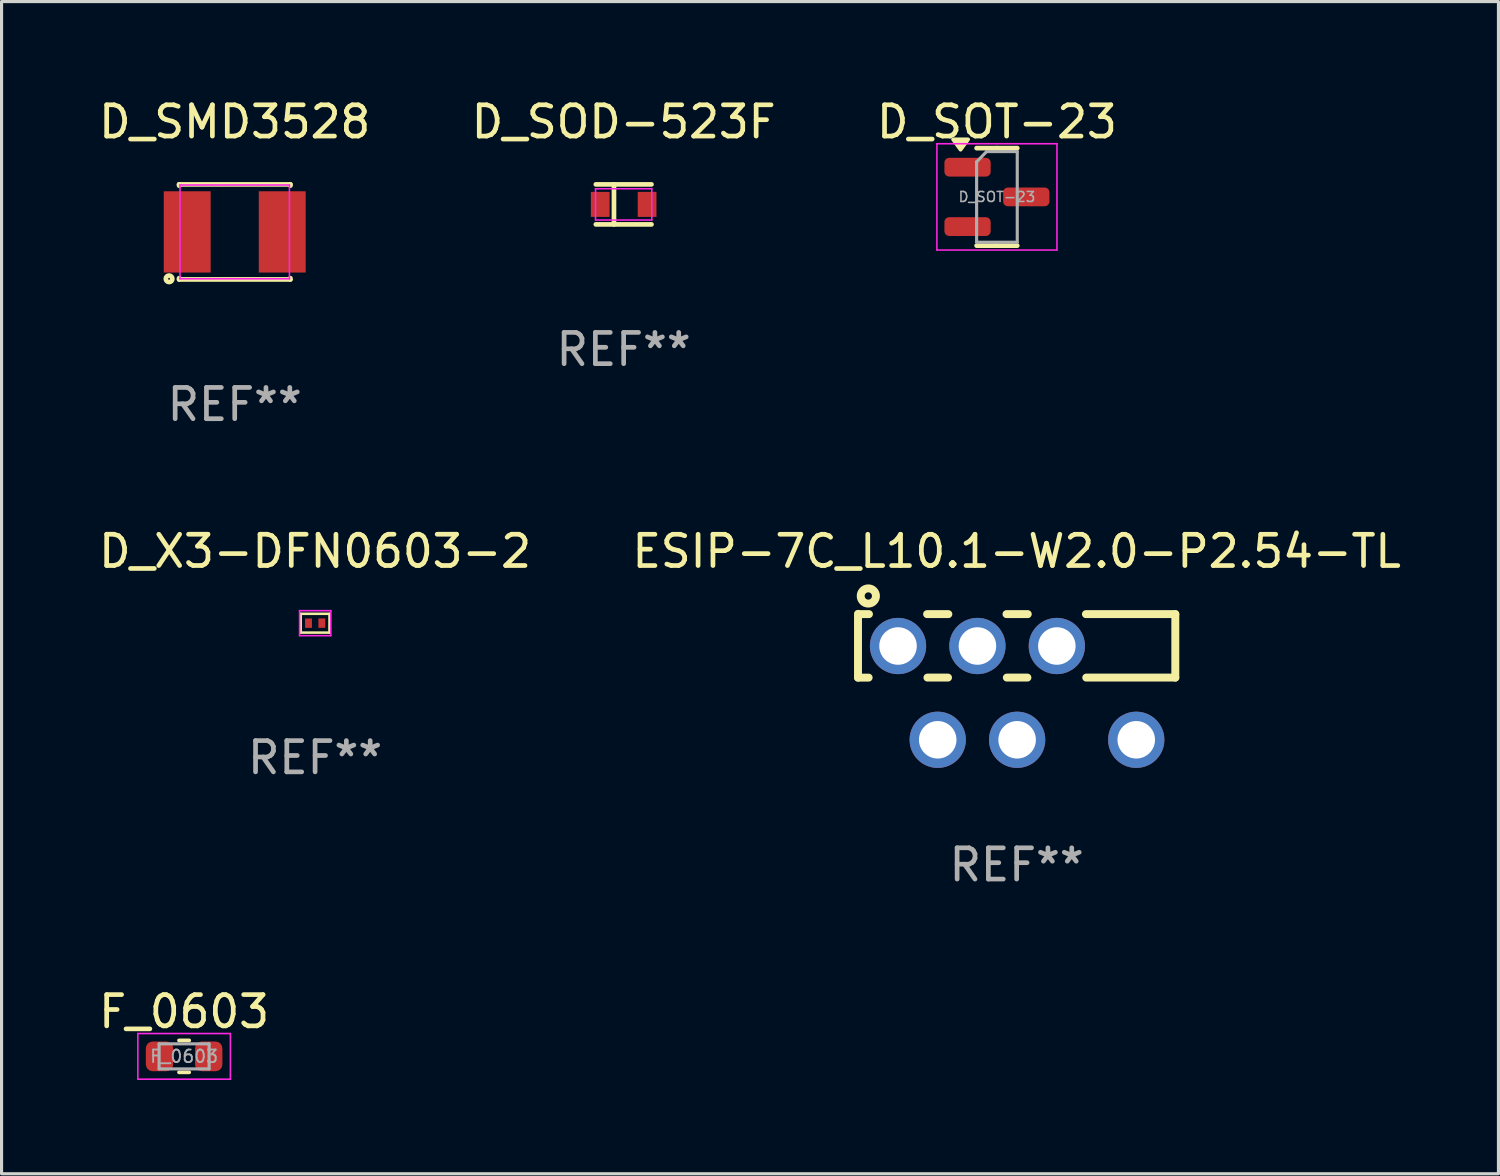
<source format=kicad_pcb>
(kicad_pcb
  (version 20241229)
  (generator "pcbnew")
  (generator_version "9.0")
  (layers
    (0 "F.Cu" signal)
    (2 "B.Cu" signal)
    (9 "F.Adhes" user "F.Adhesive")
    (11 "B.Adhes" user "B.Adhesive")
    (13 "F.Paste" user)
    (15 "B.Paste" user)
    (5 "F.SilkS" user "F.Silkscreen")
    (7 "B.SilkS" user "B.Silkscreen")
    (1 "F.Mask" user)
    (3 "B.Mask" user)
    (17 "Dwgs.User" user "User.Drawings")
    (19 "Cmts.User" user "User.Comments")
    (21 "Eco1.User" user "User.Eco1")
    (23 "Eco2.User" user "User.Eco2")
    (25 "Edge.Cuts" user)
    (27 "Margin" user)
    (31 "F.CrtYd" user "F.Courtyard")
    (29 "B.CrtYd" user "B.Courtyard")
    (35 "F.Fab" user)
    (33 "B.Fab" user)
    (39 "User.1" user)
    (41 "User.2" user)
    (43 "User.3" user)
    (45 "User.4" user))
  (footprint "D_SMD3528"
    (layer "F.Cu")
    (at 4.458 4.368)
    (property "Reference" "D_SMD3528" (at 0 -3.52 0) (layer "F.SilkS") (effects (font (size 1 1) (thickness 0.15))))
    (attr smd)
    (fp_line (start -1.78 -1.52) (end -1.78 -1.48) (stroke (width 0.15) (type solid)) (layer "F.SilkS"))
    (fp_line (start -1.78 1.48) (end -1.78 1.52) (stroke (width 0.15) (type solid)) (layer "F.SilkS"))
    (fp_line (start 1.78 -1.52) (end -1.78 -1.52) (stroke (width 0.15) (type solid)) (layer "F.SilkS"))
    (fp_line (start 1.78 -1.48) (end 1.78 -1.52) (stroke (width 0.15) (type solid)) (layer "F.SilkS"))
    (fp_line (start 1.78 1.52) (end -1.78 1.52) (stroke (width 0.15) (type solid)) (layer "F.SilkS"))
    (fp_line (start 1.78 1.52) (end 1.78 1.48) (stroke (width 0.15) (type solid)) (layer "F.SilkS"))
    (fp_circle (center -2.1 1.5) (end -2.07 1.5) (stroke (width 0.15) (type solid)) (fill no) (layer "F.SilkS"))
    (fp_line (start -1.75 -1.5) (end 1.75 -1.5) (stroke (width 0.05) (type default)) (layer "F.CrtYd"))
    (fp_line (start -1.75 1.5) (end -1.75 -1.5) (stroke (width 0.05) (type default)) (layer "F.CrtYd"))
    (fp_line (start 1.75 -1.5) (end 1.75 1.5) (stroke (width 0.05) (type default)) (layer "F.CrtYd"))
    (fp_line (start 1.75 1.5) (end -1.75 1.5) (stroke (width 0.05) (type default)) (layer "F.CrtYd"))
    (fp_text user "REF**" (at 0 5.52 0) (layer "F.Fab") (effects (font (size 1 1) (thickness 0.15))))
    (pad "1" smd rect (at -1.52 0) (size 1.5 2.6) (layers "F.Cu" "F.Mask" "F.Paste"))
    (pad "2" smd rect (at 1.52 0) (size 1.5 2.6) (layers "F.Cu" "F.Mask" "F.Paste")))
  (footprint "D_SOD-523F"
    (layer "F.Cu")
    (at 16.899 3.488)
    (property "Reference" "D_SOD-523F" (at 0 -2.64 0) (layer "F.SilkS") (effects (font (size 1 1) (thickness 0.15))))
    (attr smd)
    (fp_line (start -0.89 -0.64) (end 0.89 -0.64) (stroke (width 0.15) (type solid)) (layer "F.SilkS"))
    (fp_line (start -0.89 0.64) (end 0.89 0.64) (stroke (width 0.15) (type solid)) (layer "F.SilkS"))
    (fp_line (start -0.31 -0.64) (end -0.31 0.64) (stroke (width 0.15) (type solid)) (layer "F.SilkS"))
    (fp_line (start -0.9 -0.5) (end 0.9 -0.5) (stroke (width 0.05) (type default)) (layer "F.CrtYd"))
    (fp_line (start -0.9 0.5) (end -0.9 -0.5) (stroke (width 0.05) (type default)) (layer "F.CrtYd"))
    (fp_line (start 0.9 -0.5) (end 0.9 0.5) (stroke (width 0.05) (type default)) (layer "F.CrtYd"))
    (fp_line (start 0.9 0.5) (end -0.9 0.5) (stroke (width 0.05) (type default)) (layer "F.CrtYd"))
    (fp_text user "REF**" (at 0 4.64 0) (layer "F.Fab") (effects (font (size 1 1) (thickness 0.15))))
    (pad "1" smd rect (at -0.75 0) (size 0.6 0.8) (layers "F.Cu" "F.Mask" "F.Paste"))
    (pad "2" smd rect (at 0.75 0) (size 0.6 0.8) (layers "F.Cu" "F.Mask" "F.Paste")))
  (footprint "D_X3-DFN0603-2"
    (layer "F.Cu")
    (at 7.032 16.883)
    (property "Reference" "D_X3-DFN0603-2" (at -0.003 -2.299 0) (layer "F.SilkS") (effects (font (size 1 1) (thickness 0.15))))
    (attr smd)
    (fp_line (start -0.463 -0.299) (end -0.463 0.302) (stroke (width 0.08) (type solid)) (layer "F.SilkS"))
    (fp_line (start -0.463 -0.299) (end 0.457 -0.299) (stroke (width 0.08) (type solid)) (layer "F.SilkS"))
    (fp_line (start -0.463 0.302) (end 0.457 0.302) (stroke (width 0.08) (type solid)) (layer "F.SilkS"))
    (fp_line (start 0.457 -0.299) (end 0.457 0.302) (stroke (width 0.08) (type solid)) (layer "F.SilkS"))
    (fp_line (start -0.5 -0.4) (end 0.5 -0.4) (stroke (width 0.05) (type default)) (layer "F.CrtYd"))
    (fp_line (start -0.5 0.4) (end -0.5 -0.4) (stroke (width 0.05) (type default)) (layer "F.CrtYd"))
    (fp_line (start 0.5 -0.4) (end 0.5 0.4) (stroke (width 0.05) (type default)) (layer "F.CrtYd"))
    (fp_line (start 0.5 0.4) (end -0.5 0.4) (stroke (width 0.05) (type default)) (layer "F.CrtYd"))
    (fp_text user "REF**" (at -0.003 4.302 0) (layer "F.Fab") (effects (font (size 1 1) (thickness 0.15))))
    (pad "1" smd rect (at -0.213 0.001 180) (size 0.22 0.3) (layers "F.Cu" "F.Mask" "F.Paste"))
    (pad "2" smd rect (at 0.212 -0.001 180) (size 0.22 0.3) (layers "F.Cu" "F.Mask" "F.Paste")))
  (footprint "F_0603"
    (layer "F.Cu")
    (at 2.839 30.74)
    (property "Reference" "F_0603" (at 0 -1.43 0) (layer "F.SilkS") (effects (font (size 1 1) (thickness 0.15))))
    (attr smd)
    (fp_line (start -0.163 -0.51) (end 0.163 -0.51) (stroke (width 0.12) (type solid)) (layer "F.SilkS"))
    (fp_line (start -0.163 0.51) (end 0.163 0.51) (stroke (width 0.12) (type solid)) (layer "F.SilkS"))
    (fp_line (start -1.48 -0.73) (end 1.48 -0.73) (stroke (width 0.05) (type solid)) (layer "F.CrtYd"))
    (fp_line (start -1.48 0.73) (end -1.48 -0.73) (stroke (width 0.05) (type solid)) (layer "F.CrtYd"))
    (fp_line (start 1.48 -0.73) (end 1.48 0.73) (stroke (width 0.05) (type solid)) (layer "F.CrtYd"))
    (fp_line (start 1.48 0.73) (end -1.48 0.73) (stroke (width 0.05) (type solid)) (layer "F.CrtYd"))
    (fp_line (start -0.8 -0.4) (end 0.8 -0.4) (stroke (width 0.1) (type solid)) (layer "F.Fab"))
    (fp_line (start -0.8 0.4) (end -0.8 -0.4) (stroke (width 0.1) (type solid)) (layer "F.Fab"))
    (fp_line (start 0.8 -0.4) (end 0.8 0.4) (stroke (width 0.1) (type solid)) (layer "F.Fab"))
    (fp_line (start 0.8 0.4) (end -0.8 0.4) (stroke (width 0.1) (type solid)) (layer "F.Fab"))
    (fp_text user "${REFERENCE}" (at 0 0 0) (layer "F.Fab") (effects (font (size 0.4 0.4) (thickness 0.06))))
    (pad "1" smd roundrect (at -0.787 0) (size 0.875 0.95) (layers "F.Cu" "F.Mask" "F.Paste") (roundrect_rratio 0.25))
    (pad "2" smd roundrect (at 0.787 0) (size 0.875 0.95) (layers "F.Cu" "F.Mask" "F.Paste") (roundrect_rratio 0.25)))
  (footprint "D_SOT-23"
    (layer "F.Cu")
    (at 28.839 3.248)
    (property "Reference" "D_SOT-23" (at 0 -2.4 0) (layer "F.SilkS") (effects (font (size 1 1) (thickness 0.15))))
    (attr smd)
    (fp_line (start 0 -1.56) (end -0.65 -1.56) (stroke (width 0.15) (type solid)) (layer "F.SilkS"))
    (fp_line (start 0 -1.56) (end 0.65 -1.56) (stroke (width 0.15) (type solid)) (layer "F.SilkS"))
    (fp_line (start 0 1.56) (end -0.65 1.56) (stroke (width 0.15) (type solid)) (layer "F.SilkS"))
    (fp_line (start 0 1.56) (end 0.65 1.56) (stroke (width 0.15) (type solid)) (layer "F.SilkS"))
    (fp_poly (pts (xy -1.163 -1.51) (xy -1.403 -1.84) (xy -0.922 -1.84) (xy -1.163 -1.51)) (stroke (width 0.12) (type solid)) (fill yes) (layer "F.SilkS"))
    (fp_line (start -1.92 -1.7) (end -1.92 1.7) (stroke (width 0.05) (type solid)) (layer "F.CrtYd"))
    (fp_line (start -1.92 1.7) (end 1.92 1.7) (stroke (width 0.05) (type solid)) (layer "F.CrtYd"))
    (fp_line (start 1.92 -1.7) (end -1.92 -1.7) (stroke (width 0.05) (type solid)) (layer "F.CrtYd"))
    (fp_line (start 1.92 1.7) (end 1.92 -1.7) (stroke (width 0.05) (type solid)) (layer "F.CrtYd"))
    (fp_line (start -0.65 -1.12) (end -0.33 -1.45) (stroke (width 0.1) (type solid)) (layer "F.Fab"))
    (fp_line (start -0.65 1.45) (end -0.65 -1.12) (stroke (width 0.1) (type solid)) (layer "F.Fab"))
    (fp_line (start -0.33 -1.45) (end 0.65 -1.45) (stroke (width 0.1) (type solid)) (layer "F.Fab"))
    (fp_line (start 0.65 -1.45) (end 0.65 1.45) (stroke (width 0.1) (type solid)) (layer "F.Fab"))
    (fp_line (start 0.65 1.45) (end -0.65 1.45) (stroke (width 0.1) (type solid)) (layer "F.Fab"))
    (fp_text user "${REFERENCE}" (at 0 0 0) (layer "F.Fab") (effects (font (size 0.32 0.32) (thickness 0.05))))
    (pad "1" smd roundrect (at -0.94 -0.95) (size 1.48 0.6) (layers "F.Cu" "F.Mask" "F.Paste") (roundrect_rratio 0.25))
    (pad "2" smd roundrect (at -0.94 0.95) (size 1.48 0.6) (layers "F.Cu" "F.Mask" "F.Paste") (roundrect_rratio 0.25))
    (pad "3" smd roundrect (at 0.94 0) (size 1.48 0.6) (layers "F.Cu" "F.Mask" "F.Paste") (roundrect_rratio 0.25)))
  (footprint "ESIP-7C_L10.1-W2.0-P2.54-TL"
    (layer "F.Cu")
    (at 29.485 19.114)
    (property "Reference" "ESIP-7C_L10.1-W2.0-P2.54-TL" (at -0.015 -4.529 0) (layer "F.SilkS") (effects (font (size 1 1) (thickness 0.15))))
    (attr through_hole)
    (fp_line (start -5.09 -0.489) (end -5.09 -2.529) (stroke (width 0.254) (type solid)) (layer "F.SilkS"))
    (fp_line (start -5.05 -2.52) (end -4.74 -2.52) (stroke (width 0.254) (type solid)) (layer "F.SilkS"))
    (fp_line (start -4.75 -0.489) (end -5.09 -0.489) (stroke (width 0.254) (type solid)) (layer "F.SilkS"))
    (fp_line (start -2.88 -2.52) (end -2.2 -2.52) (stroke (width 0.254) (type solid)) (layer "F.SilkS"))
    (fp_line (start -2.211 -0.49) (end -2.869 -0.49) (stroke (width 0.254) (type solid)) (layer "F.SilkS"))
    (fp_line (start -0.34 -2.52) (end 0.34 -2.52) (stroke (width 0.254) (type solid)) (layer "F.SilkS"))
    (fp_line (start 0.329 -0.49) (end -0.329 -0.49) (stroke (width 0.254) (type solid)) (layer "F.SilkS"))
    (fp_line (start 2.2 -2.52) (end 5.06 -2.52) (stroke (width 0.254) (type solid)) (layer "F.SilkS"))
    (fp_line (start 5.06 -2.52) (end 5.06 -0.49) (stroke (width 0.254) (type solid)) (layer "F.SilkS"))
    (fp_line (start 5.06 -0.49) (end 2.211 -0.49) (stroke (width 0.254) (type solid)) (layer "F.SilkS"))
    (fp_circle (center -5.05 -2.5) (end -5.02 -2.5) (stroke (width 0.06) (type solid)) (fill no) (layer "F.SilkS"))
    (fp_circle (center -4.76 -3.1) (end -4.516 -3.1) (stroke (width 0.254) (type solid)) (fill no) (layer "F.SilkS"))
    (fp_text user "REF**" (at -0.015 5.5 0) (layer "F.Fab") (effects (font (size 1 1) (thickness 0.15))))
    (pad "1" thru_hole circle (at -3.81 -1.5) (size 1.8 1.8) (drill 1.2) (layers "*.Cu" "*.Mask"))
    (pad "2" thru_hole circle (at -1.27 -1.5) (size 1.8 1.8) (drill 1.2) (layers "*.Cu" "*.Mask"))
    (pad "3" thru_hole circle (at 1.27 -1.5) (size 1.8 1.8) (drill 1.2) (layers "*.Cu" "*.Mask"))
    (pad "4" thru_hole circle (at -2.54 1.5) (size 1.8 1.8) (drill 1.2) (layers "*.Cu" "*.Mask"))
    (pad "5" thru_hole circle (at 0 1.5) (size 1.8 1.8) (drill 1.2) (layers "*.Cu" "*.Mask"))
    (pad "7" thru_hole circle (at 3.81 1.5) (size 1.8 1.8) (drill 1.2) (layers "*.Cu" "*.Mask")))
  (gr_rect
    (start -3 -3)
    (end 44.881 34.495)
    (stroke (width 0.1) (type default))
    (fill no)
    (layer "Edge.Cuts")))
</source>
